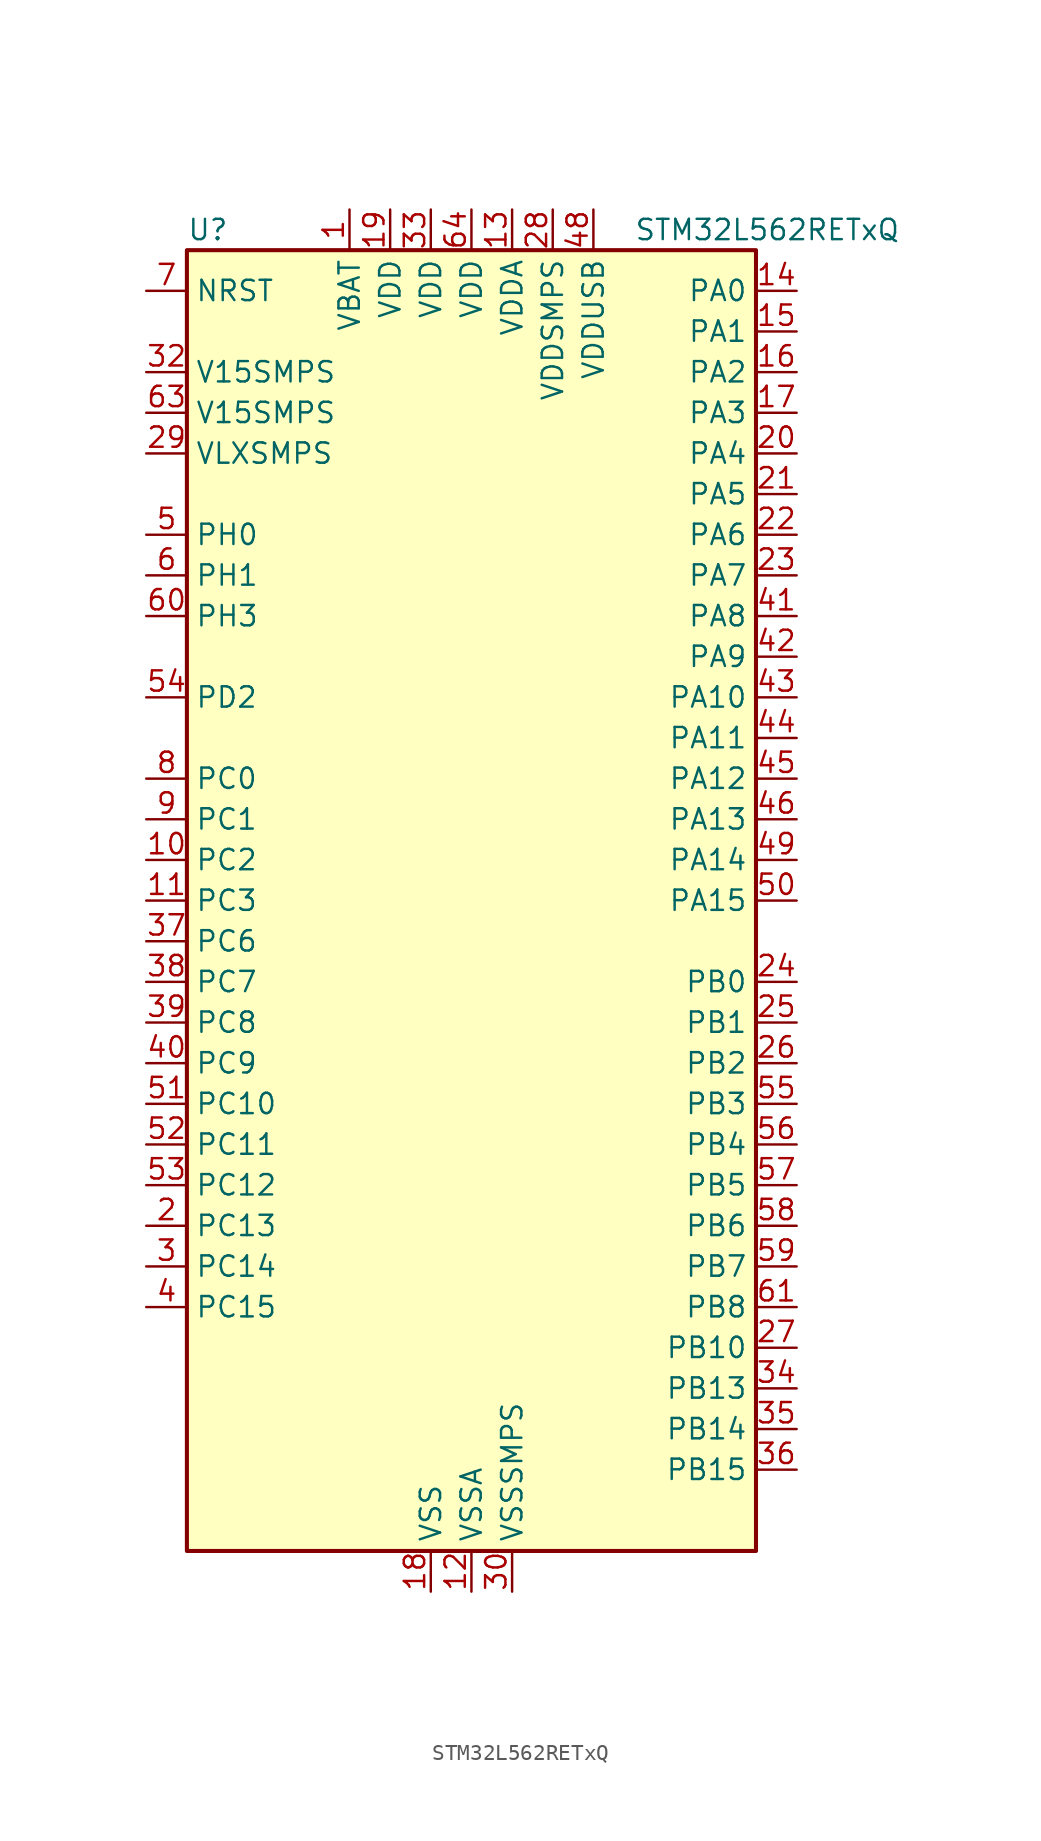
<source format=kicad_sym>
(kicad_symbol_lib
  (version 20231120)
  (generator "kicad-library-utils")
  (generator_version "8.0")
  (symbol "STM32L562RETxQ"
    (property "Reference" "U"
      (at -17.78 41.91 0)
      (effects (font (size 1.27 1.27)) (justify left)))
    (property "Value" "STM32L562RETxQ"
      (at 10.16 41.91 0)
      (effects (font (size 1.27 1.27)) (justify left)))
    (property "ki_locked" ""
      (at 0 0 0)
      (effects (font (size 1.27 1.27))))
    (symbol "STM32L562RETxQ_0_1"
      (rectangle (start -17.78 -40.64) (end 17.78 40.64) (stroke (width 0.254) (type default)) (fill (type background))))
    (symbol "STM32L562RETxQ_1_1"
      (pin power_in line (at -7.62 43.18 270) (length 2.54) (name "VBAT" (effects (font (size 1.27 1.27)))) (number "1" (effects (font (size 1.27 1.27)))))
      (pin bidirectional line (at -20.32 2.54 0) (length 2.54) (name "PC2" (effects (font (size 1.27 1.27)))) (number "10" (effects (font (size 1.27 1.27)))) (alternate "ADC1_IN3" bidirectional line) (alternate "ADC2_IN3" bidirectional line) (alternate "DFSDM1_CKOUT" bidirectional line) (alternate "LPTIM1_IN2" bidirectional line) (alternate "OCTOSPI1_IO5" bidirectional line) (alternate "SPI2_MISO" bidirectional line))
      (pin bidirectional line (at -20.32 0 0) (length 2.54) (name "PC3" (effects (font (size 1.27 1.27)))) (number "11" (effects (font (size 1.27 1.27)))) (alternate "ADC1_IN4" bidirectional line) (alternate "ADC2_IN4" bidirectional line) (alternate "LPTIM1_ETR" bidirectional line) (alternate "LPTIM2_ETR" bidirectional line) (alternate "LPTIM3_OUT" bidirectional line) (alternate "OCTOSPI1_IO6" bidirectional line) (alternate "SAI1_D1" bidirectional line) (alternate "SAI1_SD_A" bidirectional line) (alternate "SPI2_MOSI" bidirectional line))
      (pin power_in line (at 0 -43.18 90) (length 2.54) (name "VSSA" (effects (font (size 1.27 1.27)))) (number "12" (effects (font (size 1.27 1.27)))))
      (pin power_in line (at 2.54 43.18 270) (length 2.54) (name "VDDA" (effects (font (size 1.27 1.27)))) (number "13" (effects (font (size 1.27 1.27)))))
      (pin bidirectional line (at 20.32 38.1 180) (length 2.54) (name "PA0" (effects (font (size 1.27 1.27)))) (number "14" (effects (font (size 1.27 1.27)))) (alternate "ADC1_IN5" bidirectional line) (alternate "ADC2_IN5" bidirectional line) (alternate "OPAMP1_VINP" bidirectional line) (alternate "PWR_WKUP1" bidirectional line) (alternate "SAI1_EXTCLK" bidirectional line) (alternate "TAMP_IN2" bidirectional line) (alternate "TAMP_OUT1" bidirectional line) (alternate "TIM2_CH1" bidirectional line) (alternate "TIM2_ETR" bidirectional line) (alternate "TIM5_CH1" bidirectional line) (alternate "TIM8_ETR" bidirectional line) (alternate "UART4_TX" bidirectional line) (alternate "USART2_CTS" bidirectional line) (alternate "USART2_NSS" bidirectional line))
      (pin bidirectional line (at 20.32 35.56 180) (length 2.54) (name "PA1" (effects (font (size 1.27 1.27)))) (number "15" (effects (font (size 1.27 1.27)))) (alternate "ADC1_IN6" bidirectional line) (alternate "ADC2_IN6" bidirectional line) (alternate "I2C1_SMBA" bidirectional line) (alternate "OCTOSPI1_DQS" bidirectional line) (alternate "OPAMP1_VINM" bidirectional line) (alternate "SPI1_SCK" bidirectional line) (alternate "TAMP_IN5" bidirectional line) (alternate "TAMP_OUT4" bidirectional line) (alternate "TIM15_CH1N" bidirectional line) (alternate "TIM2_CH2" bidirectional line) (alternate "TIM5_CH2" bidirectional line) (alternate "UART4_RX" bidirectional line) (alternate "USART2_DE" bidirectional line) (alternate "USART2_RTS" bidirectional line))
      (pin bidirectional line (at 20.32 33.02 180) (length 2.54) (name "PA2" (effects (font (size 1.27 1.27)))) (number "16" (effects (font (size 1.27 1.27)))) (alternate "ADC1_IN7" bidirectional line) (alternate "ADC2_IN7" bidirectional line) (alternate "COMP1_INP" bidirectional line) (alternate "LPUART1_TX" bidirectional line) (alternate "OCTOSPI1_NCS" bidirectional line) (alternate "PWR_WKUP4" bidirectional line) (alternate "RCC_LSCO" bidirectional line) (alternate "SAI2_EXTCLK" bidirectional line) (alternate "TIM15_CH1" bidirectional line) (alternate "TIM2_CH3" bidirectional line) (alternate "TIM5_CH3" bidirectional line) (alternate "UCPD1_FRSTX1" bidirectional line) (alternate "USART2_TX" bidirectional line))
      (pin bidirectional line (at 20.32 30.48 180) (length 2.54) (name "PA3" (effects (font (size 1.27 1.27)))) (number "17" (effects (font (size 1.27 1.27)))) (alternate "ADC1_IN8" bidirectional line) (alternate "ADC2_IN8" bidirectional line) (alternate "LPUART1_RX" bidirectional line) (alternate "OCTOSPI1_CLK" bidirectional line) (alternate "OPAMP1_VOUT" bidirectional line) (alternate "SAI1_CK1" bidirectional line) (alternate "SAI1_MCLK_A" bidirectional line) (alternate "TIM15_CH2" bidirectional line) (alternate "TIM2_CH4" bidirectional line) (alternate "TIM5_CH4" bidirectional line) (alternate "USART2_RX" bidirectional line))
      (pin power_in line (at -2.54 -43.18 90) (length 2.54) (name "VSS" (effects (font (size 1.27 1.27)))) (number "18" (effects (font (size 1.27 1.27)))))
      (pin power_in line (at -5.08 43.18 270) (length 2.54) (name "VDD" (effects (font (size 1.27 1.27)))) (number "19" (effects (font (size 1.27 1.27)))))
      (pin bidirectional line (at -20.32 -20.32 0) (length 2.54) (name "PC13" (effects (font (size 1.27 1.27)))) (number "2" (effects (font (size 1.27 1.27)))) (alternate "PWR_WKUP2" bidirectional line) (alternate "RTC_OUT1" bidirectional line) (alternate "RTC_TS" bidirectional line) (alternate "TAMP_IN1" bidirectional line) (alternate "TAMP_OUT2" bidirectional line))
      (pin bidirectional line (at 20.32 27.94 180) (length 2.54) (name "PA4" (effects (font (size 1.27 1.27)))) (number "20" (effects (font (size 1.27 1.27)))) (alternate "ADC1_IN9" bidirectional line) (alternate "ADC2_IN9" bidirectional line) (alternate "DAC1_OUT1" bidirectional line) (alternate "LPTIM2_OUT" bidirectional line) (alternate "OCTOSPI1_NCS" bidirectional line) (alternate "SAI1_FS_B" bidirectional line) (alternate "SPI1_NSS" bidirectional line) (alternate "SPI3_NSS" bidirectional line) (alternate "USART2_CK" bidirectional line))
      (pin bidirectional line (at 20.32 25.4 180) (length 2.54) (name "PA5" (effects (font (size 1.27 1.27)))) (number "21" (effects (font (size 1.27 1.27)))) (alternate "ADC1_IN10" bidirectional line) (alternate "ADC2_IN10" bidirectional line) (alternate "DAC1_OUT2" bidirectional line) (alternate "LPTIM2_ETR" bidirectional line) (alternate "SPI1_SCK" bidirectional line) (alternate "TIM2_CH1" bidirectional line) (alternate "TIM2_ETR" bidirectional line) (alternate "TIM8_CH1N" bidirectional line))
      (pin bidirectional line (at 20.32 22.86 180) (length 2.54) (name "PA6" (effects (font (size 1.27 1.27)))) (number "22" (effects (font (size 1.27 1.27)))) (alternate "ADC1_IN11" bidirectional line) (alternate "ADC2_IN11" bidirectional line) (alternate "LPUART1_CTS" bidirectional line) (alternate "OCTOSPI1_IO3" bidirectional line) (alternate "OPAMP2_VINP" bidirectional line) (alternate "SPI1_MISO" bidirectional line) (alternate "TIM16_CH1" bidirectional line) (alternate "TIM1_BKIN" bidirectional line) (alternate "TIM3_CH1" bidirectional line) (alternate "TIM8_BKIN" bidirectional line) (alternate "USART3_CTS" bidirectional line) (alternate "USART3_NSS" bidirectional line))
      (pin bidirectional line (at 20.32 20.32 180) (length 2.54) (name "PA7" (effects (font (size 1.27 1.27)))) (number "23" (effects (font (size 1.27 1.27)))) (alternate "ADC1_IN12" bidirectional line) (alternate "ADC2_IN12" bidirectional line) (alternate "I2C3_SCL" bidirectional line) (alternate "OCTOSPI1_IO2" bidirectional line) (alternate "OPAMP2_VINM" bidirectional line) (alternate "SPI1_MOSI" bidirectional line) (alternate "TIM17_CH1" bidirectional line) (alternate "TIM1_CH1N" bidirectional line) (alternate "TIM3_CH2" bidirectional line) (alternate "TIM8_CH1N" bidirectional line))
      (pin bidirectional line (at 20.32 -5.08 180) (length 2.54) (name "PB0" (effects (font (size 1.27 1.27)))) (number "24" (effects (font (size 1.27 1.27)))) (alternate "ADC1_IN15" bidirectional line) (alternate "ADC2_IN15" bidirectional line) (alternate "COMP1_OUT" bidirectional line) (alternate "OCTOSPI1_IO1" bidirectional line) (alternate "OPAMP2_VOUT" bidirectional line) (alternate "SAI1_EXTCLK" bidirectional line) (alternate "SPI1_NSS" bidirectional line) (alternate "TIM1_CH2N" bidirectional line) (alternate "TIM3_CH3" bidirectional line) (alternate "TIM8_CH2N" bidirectional line) (alternate "USART3_CK" bidirectional line))
      (pin bidirectional line (at 20.32 -7.62 180) (length 2.54) (name "PB1" (effects (font (size 1.27 1.27)))) (number "25" (effects (font (size 1.27 1.27)))) (alternate "ADC1_IN16" bidirectional line) (alternate "ADC2_IN16" bidirectional line) (alternate "COMP1_INM" bidirectional line) (alternate "DFSDM1_DATIN0" bidirectional line) (alternate "LPTIM2_IN1" bidirectional line) (alternate "LPUART1_DE" bidirectional line) (alternate "LPUART1_RTS" bidirectional line) (alternate "OCTOSPI1_IO0" bidirectional line) (alternate "TIM1_CH3N" bidirectional line) (alternate "TIM3_CH4" bidirectional line) (alternate "TIM8_CH3N" bidirectional line) (alternate "USART3_DE" bidirectional line) (alternate "USART3_RTS" bidirectional line))
      (pin bidirectional line (at 20.32 -10.16 180) (length 2.54) (name "PB2" (effects (font (size 1.27 1.27)))) (number "26" (effects (font (size 1.27 1.27)))) (alternate "COMP1_INP" bidirectional line) (alternate "DFSDM1_CKIN0" bidirectional line) (alternate "I2C3_SMBA" bidirectional line) (alternate "LPTIM1_OUT" bidirectional line) (alternate "OCTOSPI1_DQS" bidirectional line) (alternate "RTC_OUT2" bidirectional line) (alternate "UCPD1_FRSTX1" bidirectional line))
      (pin bidirectional line (at 20.32 -27.94 180) (length 2.54) (name "PB10" (effects (font (size 1.27 1.27)))) (number "27" (effects (font (size 1.27 1.27)))) (alternate "COMP1_OUT" bidirectional line) (alternate "I2C2_SCL" bidirectional line) (alternate "I2C4_SCL" bidirectional line) (alternate "LPTIM3_OUT" bidirectional line) (alternate "LPUART1_RX" bidirectional line) (alternate "OCTOSPI1_CLK" bidirectional line) (alternate "SAI1_SCK_A" bidirectional line) (alternate "SPI2_SCK" bidirectional line) (alternate "TIM2_CH3" bidirectional line) (alternate "TSC_SYNC" bidirectional line) (alternate "USART3_TX" bidirectional line))
      (pin power_in line (at 5.08 43.18 270) (length 2.54) (name "VDDSMPS" (effects (font (size 1.27 1.27)))) (number "28" (effects (font (size 1.27 1.27)))))
      (pin power_in line (at -20.32 27.94 0) (length 2.54) (name "VLXSMPS" (effects (font (size 1.27 1.27)))) (number "29" (effects (font (size 1.27 1.27)))))
      (pin bidirectional line (at -20.32 -22.86 0) (length 2.54) (name "PC14" (effects (font (size 1.27 1.27)))) (number "3" (effects (font (size 1.27 1.27)))) (alternate "RCC_OSC32_IN" bidirectional line))
      (pin power_in line (at 2.54 -43.18 90) (length 2.54) (name "VSSSMPS" (effects (font (size 1.27 1.27)))) (number "30" (effects (font (size 1.27 1.27)))))
      (pin passive line (at -2.54 -43.18 90) (length 2.54) hide (name "VSS" (effects (font (size 1.27 1.27)))) (number "31" (effects (font (size 1.27 1.27)))))
      (pin power_in line (at -20.32 33.02 0) (length 2.54) (name "V15SMPS" (effects (font (size 1.27 1.27)))) (number "32" (effects (font (size 1.27 1.27)))))
      (pin power_in line (at -2.54 43.18 270) (length 2.54) (name "VDD" (effects (font (size 1.27 1.27)))) (number "33" (effects (font (size 1.27 1.27)))))
      (pin bidirectional line (at 20.32 -30.48 180) (length 2.54) (name "PB13" (effects (font (size 1.27 1.27)))) (number "34" (effects (font (size 1.27 1.27)))) (alternate "DFSDM1_CKIN1" bidirectional line) (alternate "I2C2_SCL" bidirectional line) (alternate "LPTIM3_IN1" bidirectional line) (alternate "LPUART1_CTS" bidirectional line) (alternate "SAI2_SCK_A" bidirectional line) (alternate "SPI2_SCK" bidirectional line) (alternate "TIM15_CH1N" bidirectional line) (alternate "TIM1_CH1N" bidirectional line) (alternate "TSC_G1_IO2" bidirectional line) (alternate "UCPD1_FRSTX2" bidirectional line) (alternate "USART3_CTS" bidirectional line) (alternate "USART3_NSS" bidirectional line))
      (pin bidirectional line (at 20.32 -33.02 180) (length 2.54) (name "PB14" (effects (font (size 1.27 1.27)))) (number "35" (effects (font (size 1.27 1.27)))) (alternate "DFSDM1_DATIN2" bidirectional line) (alternate "I2C2_SDA" bidirectional line) (alternate "LPTIM3_ETR" bidirectional line) (alternate "SAI2_MCLK_A" bidirectional line) (alternate "SPI2_MISO" bidirectional line) (alternate "TIM15_CH1" bidirectional line) (alternate "TIM1_CH2N" bidirectional line) (alternate "TIM8_CH2N" bidirectional line) (alternate "TSC_G1_IO3" bidirectional line) (alternate "UCPD1_DBCC2" bidirectional line) (alternate "USART3_DE" bidirectional line) (alternate "USART3_RTS" bidirectional line))
      (pin bidirectional line (at 20.32 -35.56 180) (length 2.54) (name "PB15" (effects (font (size 1.27 1.27)))) (number "36" (effects (font (size 1.27 1.27)))) (alternate "ADC1_EXTI15" bidirectional line) (alternate "ADC2_EXTI15" bidirectional line) (alternate "DFSDM1_CKIN2" bidirectional line) (alternate "RTC_REFIN" bidirectional line) (alternate "SAI2_SD_A" bidirectional line) (alternate "SPI2_MOSI" bidirectional line) (alternate "TIM15_CH2" bidirectional line) (alternate "TIM1_CH3N" bidirectional line) (alternate "TIM8_CH3N" bidirectional line) (alternate "UCPD1_CC2" bidirectional line))
      (pin bidirectional line (at -20.32 -2.54 0) (length 2.54) (name "PC6" (effects (font (size 1.27 1.27)))) (number "37" (effects (font (size 1.27 1.27)))) (alternate "DFSDM1_CKIN3" bidirectional line) (alternate "SAI2_MCLK_A" bidirectional line) (alternate "SDMMC1_D0DIR" bidirectional line) (alternate "SDMMC1_D6" bidirectional line) (alternate "TIM3_CH1" bidirectional line) (alternate "TIM8_CH1" bidirectional line) (alternate "TSC_G4_IO1" bidirectional line))
      (pin bidirectional line (at -20.32 -5.08 0) (length 2.54) (name "PC7" (effects (font (size 1.27 1.27)))) (number "38" (effects (font (size 1.27 1.27)))) (alternate "DFSDM1_DATIN3" bidirectional line) (alternate "SAI2_MCLK_B" bidirectional line) (alternate "SDMMC1_D123DIR" bidirectional line) (alternate "SDMMC1_D7" bidirectional line) (alternate "TIM3_CH2" bidirectional line) (alternate "TIM8_CH2" bidirectional line) (alternate "TSC_G4_IO2" bidirectional line))
      (pin bidirectional line (at -20.32 -7.62 0) (length 2.54) (name "PC8" (effects (font (size 1.27 1.27)))) (number "39" (effects (font (size 1.27 1.27)))) (alternate "SDMMC1_D0" bidirectional line) (alternate "TIM3_CH3" bidirectional line) (alternate "TIM8_CH3" bidirectional line) (alternate "TSC_G4_IO3" bidirectional line))
      (pin bidirectional line (at -20.32 -25.4 0) (length 2.54) (name "PC15" (effects (font (size 1.27 1.27)))) (number "4" (effects (font (size 1.27 1.27)))) (alternate "ADC1_EXTI15" bidirectional line) (alternate "ADC2_EXTI15" bidirectional line) (alternate "RCC_OSC32_OUT" bidirectional line))
      (pin bidirectional line (at -20.32 -10.16 0) (length 2.54) (name "PC9" (effects (font (size 1.27 1.27)))) (number "40" (effects (font (size 1.27 1.27)))) (alternate "DAC1_EXTI9" bidirectional line) (alternate "DEBUG_TRACED0" bidirectional line) (alternate "SAI2_EXTCLK" bidirectional line) (alternate "SDMMC1_D1" bidirectional line) (alternate "TIM3_CH4" bidirectional line) (alternate "TIM8_BKIN2" bidirectional line) (alternate "TIM8_CH4" bidirectional line) (alternate "TSC_G4_IO4" bidirectional line) (alternate "USB_NOE" bidirectional line))
      (pin bidirectional line (at 20.32 17.78 180) (length 2.54) (name "PA8" (effects (font (size 1.27 1.27)))) (number "41" (effects (font (size 1.27 1.27)))) (alternate "LPTIM2_OUT" bidirectional line) (alternate "RCC_MCO" bidirectional line) (alternate "SAI1_CK2" bidirectional line) (alternate "SAI1_SCK_A" bidirectional line) (alternate "TIM1_CH1" bidirectional line) (alternate "USART1_CK" bidirectional line))
      (pin bidirectional line (at 20.32 15.24 180) (length 2.54) (name "PA9" (effects (font (size 1.27 1.27)))) (number "42" (effects (font (size 1.27 1.27)))) (alternate "DAC1_EXTI9" bidirectional line) (alternate "SAI1_FS_A" bidirectional line) (alternate "SPI2_SCK" bidirectional line) (alternate "TIM15_BKIN" bidirectional line) (alternate "TIM1_CH2" bidirectional line) (alternate "USART1_TX" bidirectional line))
      (pin bidirectional line (at 20.32 12.7 180) (length 2.54) (name "PA10" (effects (font (size 1.27 1.27)))) (number "43" (effects (font (size 1.27 1.27)))) (alternate "CRS_SYNC" bidirectional line) (alternate "SAI1_D1" bidirectional line) (alternate "SAI1_SD_A" bidirectional line) (alternate "TIM17_BKIN" bidirectional line) (alternate "TIM1_CH3" bidirectional line) (alternate "USART1_RX" bidirectional line))
      (pin bidirectional line (at 20.32 10.16 180) (length 2.54) (name "PA11" (effects (font (size 1.27 1.27)))) (number "44" (effects (font (size 1.27 1.27)))) (alternate "ADC1_EXTI11" bidirectional line) (alternate "ADC2_EXTI11" bidirectional line) (alternate "FDCAN1_RX" bidirectional line) (alternate "SPI1_MISO" bidirectional line) (alternate "TIM1_BKIN2" bidirectional line) (alternate "TIM1_CH4" bidirectional line) (alternate "USART1_CTS" bidirectional line) (alternate "USART1_NSS" bidirectional line) (alternate "USB_DM" bidirectional line))
      (pin bidirectional line (at 20.32 7.62 180) (length 2.54) (name "PA12" (effects (font (size 1.27 1.27)))) (number "45" (effects (font (size 1.27 1.27)))) (alternate "FDCAN1_TX" bidirectional line) (alternate "SPI1_MOSI" bidirectional line) (alternate "TIM1_ETR" bidirectional line) (alternate "USART1_DE" bidirectional line) (alternate "USART1_RTS" bidirectional line) (alternate "USB_DP" bidirectional line))
      (pin bidirectional line (at 20.32 5.08 180) (length 2.54) (name "PA13" (effects (font (size 1.27 1.27)))) (number "46" (effects (font (size 1.27 1.27)))) (alternate "DEBUG_JTMS-SWDIO" bidirectional line) (alternate "IR_OUT" bidirectional line) (alternate "SAI1_SD_B" bidirectional line) (alternate "USB_NOE" bidirectional line))
      (pin passive line (at -2.54 -43.18 90) (length 2.54) hide (name "VSS" (effects (font (size 1.27 1.27)))) (number "47" (effects (font (size 1.27 1.27)))))
      (pin power_in line (at 7.62 43.18 270) (length 2.54) (name "VDDUSB" (effects (font (size 1.27 1.27)))) (number "48" (effects (font (size 1.27 1.27)))))
      (pin bidirectional line (at 20.32 2.54 180) (length 2.54) (name "PA14" (effects (font (size 1.27 1.27)))) (number "49" (effects (font (size 1.27 1.27)))) (alternate "DEBUG_JTCK-SWCLK" bidirectional line) (alternate "I2C1_SMBA" bidirectional line) (alternate "I2C4_SMBA" bidirectional line) (alternate "LPTIM1_OUT" bidirectional line) (alternate "SAI1_FS_B" bidirectional line))
      (pin bidirectional line (at -20.32 22.86 0) (length 2.54) (name "PH0" (effects (font (size 1.27 1.27)))) (number "5" (effects (font (size 1.27 1.27)))) (alternate "RCC_OSC_IN" bidirectional line))
      (pin bidirectional line (at 20.32 0 180) (length 2.54) (name "PA15" (effects (font (size 1.27 1.27)))) (number "50" (effects (font (size 1.27 1.27)))) (alternate "ADC1_EXTI15" bidirectional line) (alternate "ADC2_EXTI15" bidirectional line) (alternate "DEBUG_JTDI" bidirectional line) (alternate "SAI2_FS_B" bidirectional line) (alternate "SPI1_NSS" bidirectional line) (alternate "SPI3_NSS" bidirectional line) (alternate "TIM2_CH1" bidirectional line) (alternate "TIM2_ETR" bidirectional line) (alternate "UART4_DE" bidirectional line) (alternate "UART4_RTS" bidirectional line) (alternate "UCPD1_CC1" bidirectional line) (alternate "USART2_RX" bidirectional line) (alternate "USART3_DE" bidirectional line) (alternate "USART3_RTS" bidirectional line))
      (pin bidirectional line (at -20.32 -12.7 0) (length 2.54) (name "PC10" (effects (font (size 1.27 1.27)))) (number "51" (effects (font (size 1.27 1.27)))) (alternate "DEBUG_TRACED1" bidirectional line) (alternate "LPTIM3_ETR" bidirectional line) (alternate "SAI2_SCK_B" bidirectional line) (alternate "SDMMC1_D2" bidirectional line) (alternate "SPI3_SCK" bidirectional line) (alternate "TSC_G3_IO2" bidirectional line) (alternate "UART4_TX" bidirectional line) (alternate "USART3_TX" bidirectional line))
      (pin bidirectional line (at -20.32 -15.24 0) (length 2.54) (name "PC11" (effects (font (size 1.27 1.27)))) (number "52" (effects (font (size 1.27 1.27)))) (alternate "ADC1_EXTI11" bidirectional line) (alternate "ADC2_EXTI11" bidirectional line) (alternate "LPTIM3_IN1" bidirectional line) (alternate "OCTOSPI1_NCS" bidirectional line) (alternate "SAI2_MCLK_B" bidirectional line) (alternate "SDMMC1_D3" bidirectional line) (alternate "SPI3_MISO" bidirectional line) (alternate "TSC_G3_IO3" bidirectional line) (alternate "UART4_RX" bidirectional line) (alternate "UCPD1_FRSTX2" bidirectional line) (alternate "USART3_RX" bidirectional line))
      (pin bidirectional line (at -20.32 -17.78 0) (length 2.54) (name "PC12" (effects (font (size 1.27 1.27)))) (number "53" (effects (font (size 1.27 1.27)))) (alternate "DEBUG_TRACED3" bidirectional line) (alternate "SAI2_SD_B" bidirectional line) (alternate "SDMMC1_CK" bidirectional line) (alternate "SPI3_MOSI" bidirectional line) (alternate "TSC_G3_IO4" bidirectional line) (alternate "UART5_TX" bidirectional line) (alternate "USART3_CK" bidirectional line))
      (pin bidirectional line (at -20.32 12.7 0) (length 2.54) (name "PD2" (effects (font (size 1.27 1.27)))) (number "54" (effects (font (size 1.27 1.27)))) (alternate "DEBUG_TRACED2" bidirectional line) (alternate "SDMMC1_CMD" bidirectional line) (alternate "TIM3_ETR" bidirectional line) (alternate "TSC_SYNC" bidirectional line) (alternate "UART5_RX" bidirectional line) (alternate "USART3_DE" bidirectional line) (alternate "USART3_RTS" bidirectional line))
      (pin bidirectional line (at 20.32 -12.7 180) (length 2.54) (name "PB3" (effects (font (size 1.27 1.27)))) (number "55" (effects (font (size 1.27 1.27)))) (alternate "COMP2_INM" bidirectional line) (alternate "CRS_SYNC" bidirectional line) (alternate "DEBUG_JTDO-SWO" bidirectional line) (alternate "SAI1_SCK_B" bidirectional line) (alternate "SPI1_SCK" bidirectional line) (alternate "SPI3_SCK" bidirectional line) (alternate "TIM2_CH2" bidirectional line) (alternate "USART1_DE" bidirectional line) (alternate "USART1_RTS" bidirectional line))
      (pin bidirectional line (at 20.32 -15.24 180) (length 2.54) (name "PB4" (effects (font (size 1.27 1.27)))) (number "56" (effects (font (size 1.27 1.27)))) (alternate "COMP2_INP" bidirectional line) (alternate "DEBUG_JTRST" bidirectional line) (alternate "I2C3_SDA" bidirectional line) (alternate "SAI1_MCLK_B" bidirectional line) (alternate "SPI1_MISO" bidirectional line) (alternate "SPI3_MISO" bidirectional line) (alternate "TIM17_BKIN" bidirectional line) (alternate "TIM3_CH1" bidirectional line) (alternate "TSC_G2_IO1" bidirectional line) (alternate "UART5_DE" bidirectional line) (alternate "UART5_RTS" bidirectional line) (alternate "USART1_CTS" bidirectional line) (alternate "USART1_NSS" bidirectional line))
      (pin bidirectional line (at 20.32 -17.78 180) (length 2.54) (name "PB5" (effects (font (size 1.27 1.27)))) (number "57" (effects (font (size 1.27 1.27)))) (alternate "COMP2_OUT" bidirectional line) (alternate "I2C1_SMBA" bidirectional line) (alternate "LPTIM1_IN1" bidirectional line) (alternate "OCTOSPI1_NCLK" bidirectional line) (alternate "SAI1_SD_B" bidirectional line) (alternate "SPI1_MOSI" bidirectional line) (alternate "SPI3_MOSI" bidirectional line) (alternate "TIM16_BKIN" bidirectional line) (alternate "TIM3_CH2" bidirectional line) (alternate "TSC_G2_IO2" bidirectional line) (alternate "UART5_CTS" bidirectional line) (alternate "UCPD1_DBCC1" bidirectional line) (alternate "USART1_CK" bidirectional line))
      (pin bidirectional line (at 20.32 -20.32 180) (length 2.54) (name "PB6" (effects (font (size 1.27 1.27)))) (number "58" (effects (font (size 1.27 1.27)))) (alternate "COMP2_INP" bidirectional line) (alternate "I2C1_SCL" bidirectional line) (alternate "I2C4_SCL" bidirectional line) (alternate "LPTIM1_ETR" bidirectional line) (alternate "SAI1_FS_B" bidirectional line) (alternate "TIM16_CH1N" bidirectional line) (alternate "TIM4_CH1" bidirectional line) (alternate "TIM8_BKIN2" bidirectional line) (alternate "TSC_G2_IO3" bidirectional line) (alternate "USART1_TX" bidirectional line))
      (pin bidirectional line (at 20.32 -22.86 180) (length 2.54) (name "PB7" (effects (font (size 1.27 1.27)))) (number "59" (effects (font (size 1.27 1.27)))) (alternate "COMP2_INM" bidirectional line) (alternate "I2C1_SDA" bidirectional line) (alternate "I2C4_SDA" bidirectional line) (alternate "LPTIM1_IN2" bidirectional line) (alternate "PWR_PVD_IN" bidirectional line) (alternate "TIM17_CH1N" bidirectional line) (alternate "TIM4_CH2" bidirectional line) (alternate "TIM8_BKIN" bidirectional line) (alternate "TSC_G2_IO4" bidirectional line) (alternate "UART4_CTS" bidirectional line) (alternate "USART1_RX" bidirectional line))
      (pin bidirectional line (at -20.32 20.32 0) (length 2.54) (name "PH1" (effects (font (size 1.27 1.27)))) (number "6" (effects (font (size 1.27 1.27)))) (alternate "RCC_OSC_OUT" bidirectional line))
      (pin bidirectional line (at -20.32 17.78 0) (length 2.54) (name "PH3" (effects (font (size 1.27 1.27)))) (number "60" (effects (font (size 1.27 1.27)))))
      (pin bidirectional line (at 20.32 -25.4 180) (length 2.54) (name "PB8" (effects (font (size 1.27 1.27)))) (number "61" (effects (font (size 1.27 1.27)))) (alternate "DFSDM1_CKOUT" bidirectional line) (alternate "FDCAN1_RX" bidirectional line) (alternate "I2C1_SCL" bidirectional line) (alternate "SAI1_CK1" bidirectional line) (alternate "SAI1_MCLK_A" bidirectional line) (alternate "SDMMC1_CKIN" bidirectional line) (alternate "SDMMC1_D4" bidirectional line) (alternate "TIM16_CH1" bidirectional line) (alternate "TIM4_CH3" bidirectional line))
      (pin passive line (at -2.54 -43.18 90) (length 2.54) hide (name "VSS" (effects (font (size 1.27 1.27)))) (number "62" (effects (font (size 1.27 1.27)))))
      (pin power_in line (at -20.32 30.48 0) (length 2.54) (name "V15SMPS" (effects (font (size 1.27 1.27)))) (number "63" (effects (font (size 1.27 1.27)))))
      (pin power_in line (at 0 43.18 270) (length 2.54) (name "VDD" (effects (font (size 1.27 1.27)))) (number "64" (effects (font (size 1.27 1.27)))))
      (pin input line (at -20.32 38.1 0) (length 2.54) (name "NRST" (effects (font (size 1.27 1.27)))) (number "7" (effects (font (size 1.27 1.27)))))
      (pin bidirectional line (at -20.32 7.62 0) (length 2.54) (name "PC0" (effects (font (size 1.27 1.27)))) (number "8" (effects (font (size 1.27 1.27)))) (alternate "ADC1_IN1" bidirectional line) (alternate "ADC2_IN1" bidirectional line) (alternate "I2C3_SCL" bidirectional line) (alternate "LPTIM1_IN1" bidirectional line) (alternate "LPTIM2_IN1" bidirectional line) (alternate "LPUART1_RX" bidirectional line) (alternate "OCTOSPI1_IO7" bidirectional line) (alternate "SAI2_FS_A" bidirectional line) (alternate "SDMMC1_D5" bidirectional line))
      (pin bidirectional line (at -20.32 5.08 0) (length 2.54) (name "PC1" (effects (font (size 1.27 1.27)))) (number "9" (effects (font (size 1.27 1.27)))) (alternate "ADC1_IN2" bidirectional line) (alternate "ADC2_IN2" bidirectional line) (alternate "DEBUG_TRACED0" bidirectional line) (alternate "I2C3_SDA" bidirectional line) (alternate "LPTIM1_OUT" bidirectional line) (alternate "LPUART1_TX" bidirectional line) (alternate "OCTOSPI1_IO4" bidirectional line) (alternate "SAI1_SD_A" bidirectional line) (alternate "SPI2_MOSI" bidirectional line)))))
</source>
